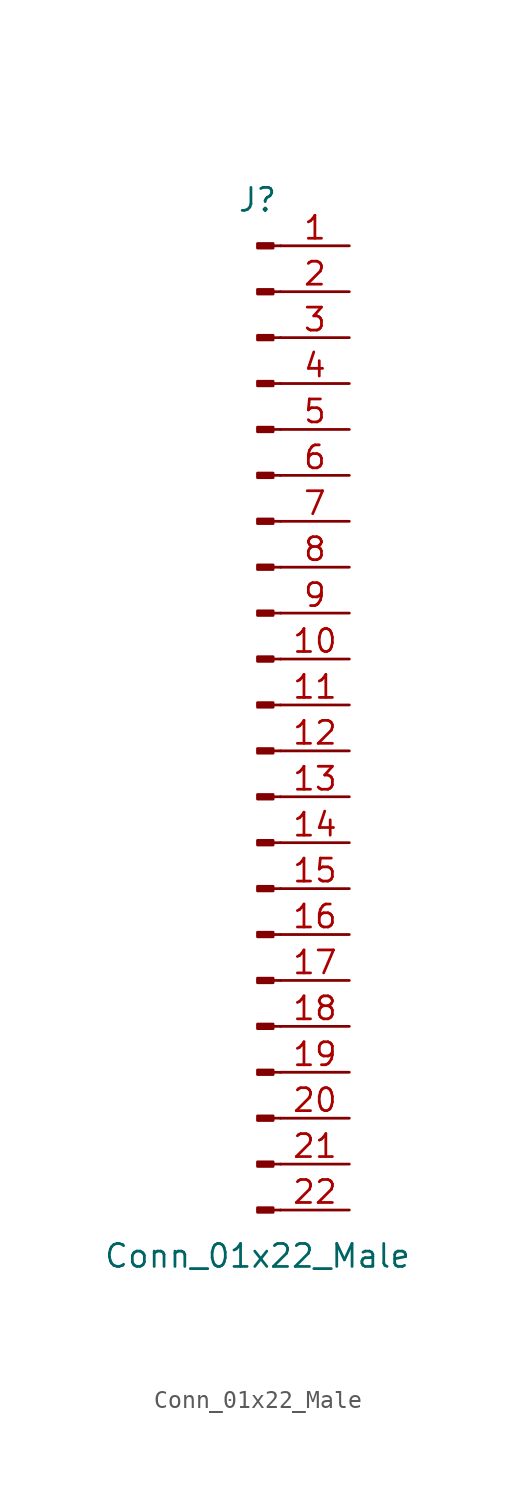
<source format=kicad_sym>
(kicad_symbol_lib
  (version 20220914)
  (generator kicad_symbol_editor)
  (symbol "Conn_01x22_Male"
    (pin_names
      (offset 1.016) hide)
    (property "Reference" "J"
      (at 0 27.94 0)
      (effects (font (size 1.27 1.27))))
    (property "Value" "Conn_01x22_Male"
      (at 0 -30.48 0)
      (effects (font (size 1.27 1.27))))
    (symbol "Conn_01x22_Male_1_1"
      (polyline (pts (xy 1.27 -27.94) (xy 0.864 -27.94)) (stroke (width 0.152) (type solid)) (fill (type none)))
      (polyline (pts (xy 1.27 -25.4) (xy 0.864 -25.4)) (stroke (width 0.152) (type solid)) (fill (type none)))
      (polyline (pts (xy 1.27 -22.86) (xy 0.864 -22.86)) (stroke (width 0.152) (type solid)) (fill (type none)))
      (polyline (pts (xy 1.27 -20.32) (xy 0.864 -20.32)) (stroke (width 0.152) (type solid)) (fill (type none)))
      (polyline (pts (xy 1.27 -17.78) (xy 0.864 -17.78)) (stroke (width 0.152) (type solid)) (fill (type none)))
      (polyline (pts (xy 1.27 -15.24) (xy 0.864 -15.24)) (stroke (width 0.152) (type solid)) (fill (type none)))
      (polyline (pts (xy 1.27 -12.7) (xy 0.864 -12.7)) (stroke (width 0.152) (type solid)) (fill (type none)))
      (polyline (pts (xy 1.27 -10.16) (xy 0.864 -10.16)) (stroke (width 0.152) (type solid)) (fill (type none)))
      (polyline (pts (xy 1.27 -7.62) (xy 0.864 -7.62)) (stroke (width 0.152) (type solid)) (fill (type none)))
      (polyline (pts (xy 1.27 -5.08) (xy 0.864 -5.08)) (stroke (width 0.152) (type solid)) (fill (type none)))
      (polyline (pts (xy 1.27 -2.54) (xy 0.864 -2.54)) (stroke (width 0.152) (type solid)) (fill (type none)))
      (polyline (pts (xy 1.27 0) (xy 0.864 0)) (stroke (width 0.152) (type solid)) (fill (type none)))
      (polyline (pts (xy 1.27 2.54) (xy 0.864 2.54)) (stroke (width 0.152) (type solid)) (fill (type none)))
      (polyline (pts (xy 1.27 5.08) (xy 0.864 5.08)) (stroke (width 0.152) (type solid)) (fill (type none)))
      (polyline (pts (xy 1.27 7.62) (xy 0.864 7.62)) (stroke (width 0.152) (type solid)) (fill (type none)))
      (polyline (pts (xy 1.27 10.16) (xy 0.864 10.16)) (stroke (width 0.152) (type solid)) (fill (type none)))
      (polyline (pts (xy 1.27 12.7) (xy 0.864 12.7)) (stroke (width 0.152) (type solid)) (fill (type none)))
      (polyline (pts (xy 1.27 15.24) (xy 0.864 15.24)) (stroke (width 0.152) (type solid)) (fill (type none)))
      (polyline (pts (xy 1.27 17.78) (xy 0.864 17.78)) (stroke (width 0.152) (type solid)) (fill (type none)))
      (polyline (pts (xy 1.27 20.32) (xy 0.864 20.32)) (stroke (width 0.152) (type solid)) (fill (type none)))
      (polyline (pts (xy 1.27 22.86) (xy 0.864 22.86)) (stroke (width 0.152) (type solid)) (fill (type none)))
      (polyline (pts (xy 1.27 25.4) (xy 0.864 25.4)) (stroke (width 0.152) (type solid)) (fill (type none)))
      (rectangle (start 0.864 -27.813) (end 0 -28.067) (stroke (width 0.152) (type solid)) (fill (type outline)))
      (rectangle (start 0.864 -25.273) (end 0 -25.527) (stroke (width 0.152) (type solid)) (fill (type outline)))
      (rectangle (start 0.864 -22.733) (end 0 -22.987) (stroke (width 0.152) (type solid)) (fill (type outline)))
      (rectangle (start 0.864 -20.193) (end 0 -20.447) (stroke (width 0.152) (type solid)) (fill (type outline)))
      (rectangle (start 0.864 -17.653) (end 0 -17.907) (stroke (width 0.152) (type solid)) (fill (type outline)))
      (rectangle (start 0.864 -15.113) (end 0 -15.367) (stroke (width 0.152) (type solid)) (fill (type outline)))
      (rectangle (start 0.864 -12.573) (end 0 -12.827) (stroke (width 0.152) (type solid)) (fill (type outline)))
      (rectangle (start 0.864 -10.033) (end 0 -10.287) (stroke (width 0.152) (type solid)) (fill (type outline)))
      (rectangle (start 0.864 -7.493) (end 0 -7.747) (stroke (width 0.152) (type solid)) (fill (type outline)))
      (rectangle (start 0.864 -4.953) (end 0 -5.207) (stroke (width 0.152) (type solid)) (fill (type outline)))
      (rectangle (start 0.864 -2.413) (end 0 -2.667) (stroke (width 0.152) (type solid)) (fill (type outline)))
      (rectangle (start 0.864 0.127) (end 0 -0.127) (stroke (width 0.152) (type solid)) (fill (type outline)))
      (rectangle (start 0.864 2.667) (end 0 2.413) (stroke (width 0.152) (type solid)) (fill (type outline)))
      (rectangle (start 0.864 5.207) (end 0 4.953) (stroke (width 0.152) (type solid)) (fill (type outline)))
      (rectangle (start 0.864 7.747) (end 0 7.493) (stroke (width 0.152) (type solid)) (fill (type outline)))
      (rectangle (start 0.864 10.287) (end 0 10.033) (stroke (width 0.152) (type solid)) (fill (type outline)))
      (rectangle (start 0.864 12.827) (end 0 12.573) (stroke (width 0.152) (type solid)) (fill (type outline)))
      (rectangle (start 0.864 15.367) (end 0 15.113) (stroke (width 0.152) (type solid)) (fill (type outline)))
      (rectangle (start 0.864 17.907) (end 0 17.653) (stroke (width 0.152) (type solid)) (fill (type outline)))
      (rectangle (start 0.864 20.447) (end 0 20.193) (stroke (width 0.152) (type solid)) (fill (type outline)))
      (rectangle (start 0.864 22.987) (end 0 22.733) (stroke (width 0.152) (type solid)) (fill (type outline)))
      (rectangle (start 0.864 25.527) (end 0 25.273) (stroke (width 0.152) (type solid)) (fill (type outline)))
      (pin passive line (at 5.08 25.4 180) (length 3.81) (name "Pin_1" (effects (font (size 1.27 1.27)))) (number "1" (effects (font (size 1.27 1.27)))))
      (pin passive line (at 5.08 2.54 180) (length 3.81) (name "Pin_10" (effects (font (size 1.27 1.27)))) (number "10" (effects (font (size 1.27 1.27)))))
      (pin passive line (at 5.08 0 180) (length 3.81) (name "Pin_11" (effects (font (size 1.27 1.27)))) (number "11" (effects (font (size 1.27 1.27)))))
      (pin passive line (at 5.08 -2.54 180) (length 3.81) (name "Pin_12" (effects (font (size 1.27 1.27)))) (number "12" (effects (font (size 1.27 1.27)))))
      (pin passive line (at 5.08 -5.08 180) (length 3.81) (name "Pin_13" (effects (font (size 1.27 1.27)))) (number "13" (effects (font (size 1.27 1.27)))))
      (pin passive line (at 5.08 -7.62 180) (length 3.81) (name "Pin_14" (effects (font (size 1.27 1.27)))) (number "14" (effects (font (size 1.27 1.27)))))
      (pin passive line (at 5.08 -10.16 180) (length 3.81) (name "Pin_15" (effects (font (size 1.27 1.27)))) (number "15" (effects (font (size 1.27 1.27)))))
      (pin passive line (at 5.08 -12.7 180) (length 3.81) (name "Pin_16" (effects (font (size 1.27 1.27)))) (number "16" (effects (font (size 1.27 1.27)))))
      (pin passive line (at 5.08 -15.24 180) (length 3.81) (name "Pin_17" (effects (font (size 1.27 1.27)))) (number "17" (effects (font (size 1.27 1.27)))))
      (pin passive line (at 5.08 -17.78 180) (length 3.81) (name "Pin_18" (effects (font (size 1.27 1.27)))) (number "18" (effects (font (size 1.27 1.27)))))
      (pin passive line (at 5.08 -20.32 180) (length 3.81) (name "Pin_19" (effects (font (size 1.27 1.27)))) (number "19" (effects (font (size 1.27 1.27)))))
      (pin passive line (at 5.08 22.86 180) (length 3.81) (name "Pin_2" (effects (font (size 1.27 1.27)))) (number "2" (effects (font (size 1.27 1.27)))))
      (pin passive line (at 5.08 -22.86 180) (length 3.81) (name "Pin_20" (effects (font (size 1.27 1.27)))) (number "20" (effects (font (size 1.27 1.27)))))
      (pin passive line (at 5.08 -25.4 180) (length 3.81) (name "Pin_21" (effects (font (size 1.27 1.27)))) (number "21" (effects (font (size 1.27 1.27)))))
      (pin passive line (at 5.08 -27.94 180) (length 3.81) (name "Pin_22" (effects (font (size 1.27 1.27)))) (number "22" (effects (font (size 1.27 1.27)))))
      (pin passive line (at 5.08 20.32 180) (length 3.81) (name "Pin_3" (effects (font (size 1.27 1.27)))) (number "3" (effects (font (size 1.27 1.27)))))
      (pin passive line (at 5.08 17.78 180) (length 3.81) (name "Pin_4" (effects (font (size 1.27 1.27)))) (number "4" (effects (font (size 1.27 1.27)))))
      (pin passive line (at 5.08 15.24 180) (length 3.81) (name "Pin_5" (effects (font (size 1.27 1.27)))) (number "5" (effects (font (size 1.27 1.27)))))
      (pin passive line (at 5.08 12.7 180) (length 3.81) (name "Pin_6" (effects (font (size 1.27 1.27)))) (number "6" (effects (font (size 1.27 1.27)))))
      (pin passive line (at 5.08 10.16 180) (length 3.81) (name "Pin_7" (effects (font (size 1.27 1.27)))) (number "7" (effects (font (size 1.27 1.27)))))
      (pin passive line (at 5.08 7.62 180) (length 3.81) (name "Pin_8" (effects (font (size 1.27 1.27)))) (number "8" (effects (font (size 1.27 1.27)))))
      (pin passive line (at 5.08 5.08 180) (length 3.81) (name "Pin_9" (effects (font (size 1.27 1.27)))) (number "9" (effects (font (size 1.27 1.27))))))))
</source>
